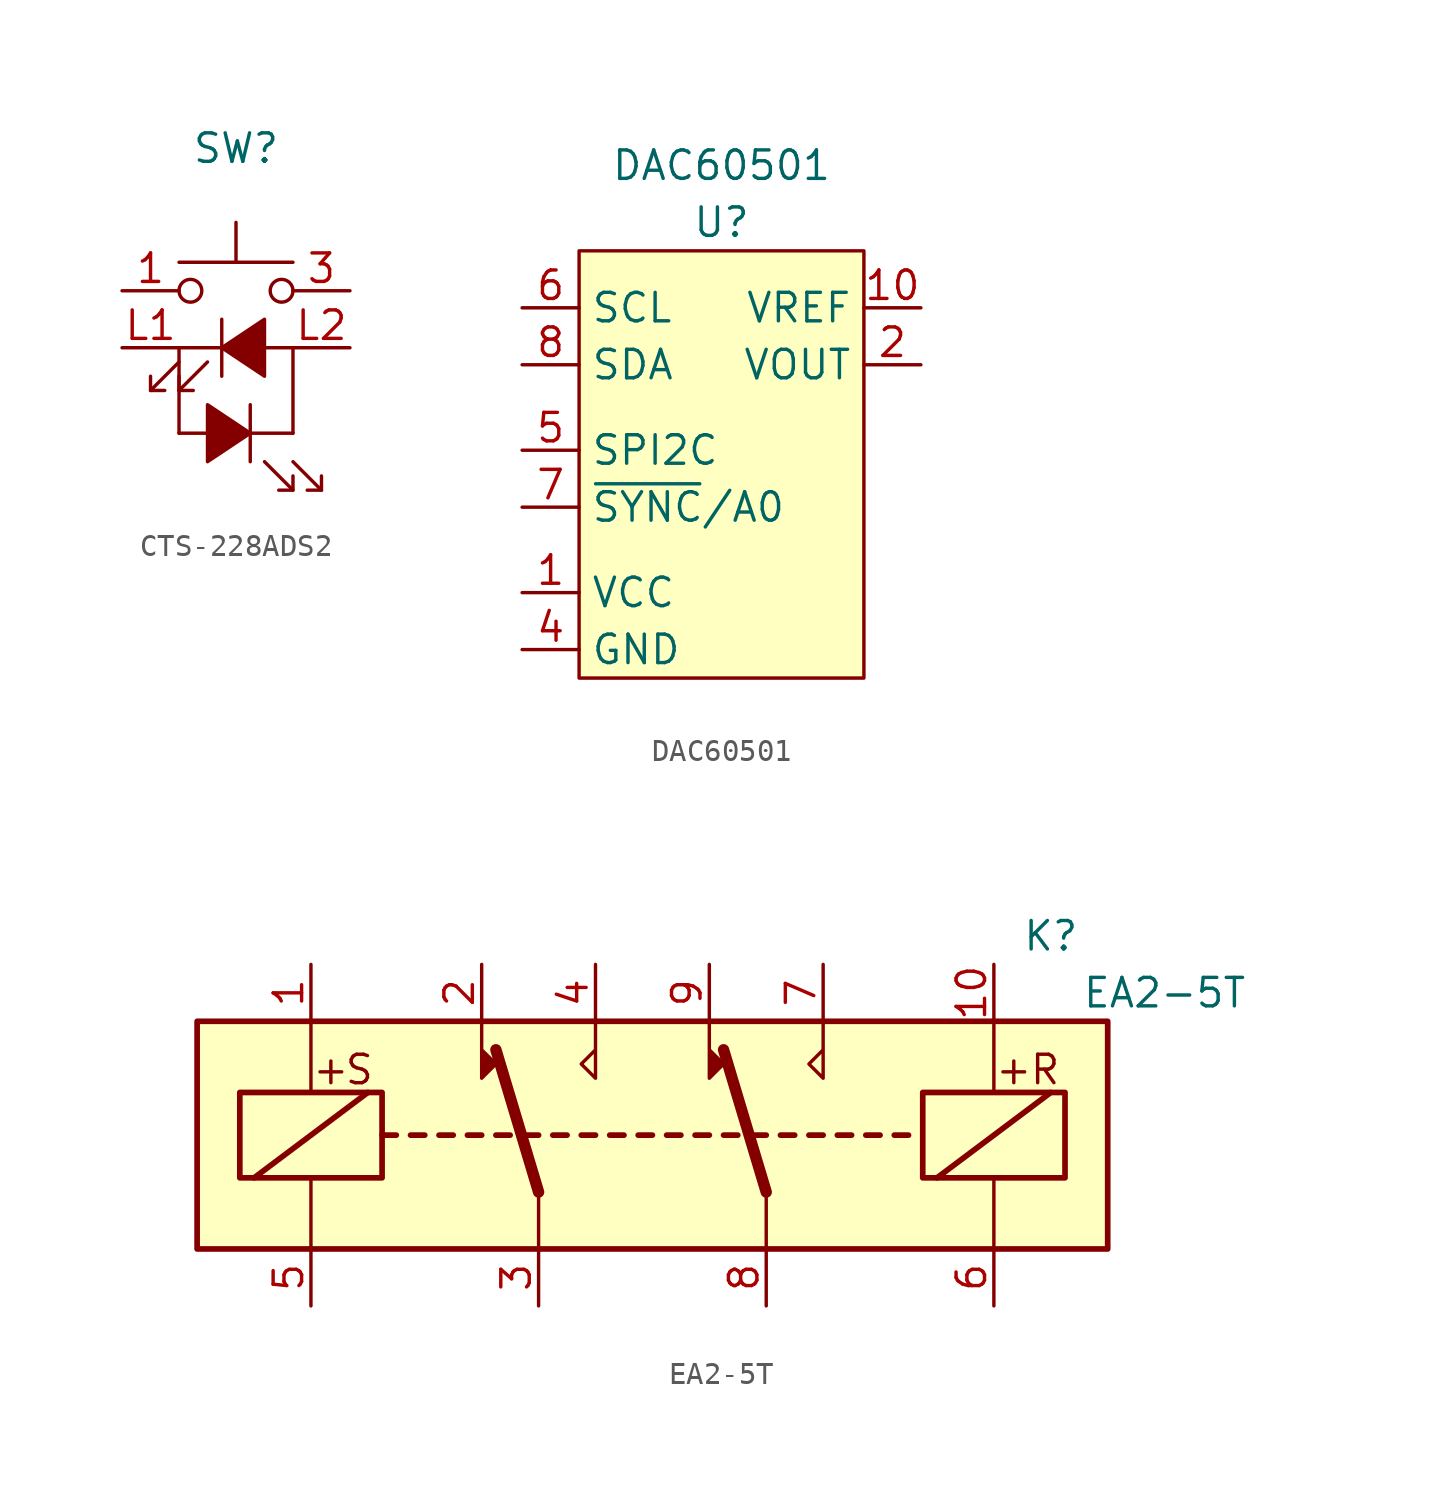
<source format=kicad_sym>
(kicad_symbol_lib
  (version 20211014)
  (generator kicad_symbol_editor)
  (symbol "CTS-228ADS2"
    (pin_names
      (offset 1.016) hide)
    (property "Reference" "SW"
      (at 0 8.89 0)
      (effects (font (size 1.27 1.27))))
    (symbol "CTS-228ADS2_0_0"
      (polyline (pts (xy -3.81 -1.905) (xy -2.54 -0.635)) (stroke (width 0) (type default) (color 0 0 0 0)) (fill (type none)))
      (polyline (pts (xy -2.54 -1.905) (xy -1.27 -0.635)) (stroke (width 0) (type default) (color 0 0 0 0)) (fill (type none)))
      (polyline (pts (xy -2.54 0) (xy -2.54 -3.81)) (stroke (width 0) (type default) (color 0 0 0 0)) (fill (type none)))
      (polyline (pts (xy -2.54 0) (xy 2.54 0)) (stroke (width 0) (type default) (color 0 0 0 0)) (fill (type none)))
      (polyline (pts (xy -0.635 1.27) (xy -0.635 -1.27)) (stroke (width 0) (type default) (color 0 0 0 0)) (fill (type none)))
      (polyline (pts (xy 0.635 -5.08) (xy 0.635 -2.54)) (stroke (width 0) (type default) (color 0 0 0 0)) (fill (type none)))
      (polyline (pts (xy 2.54 -6.35) (xy 1.27 -5.08)) (stroke (width 0) (type default) (color 0 0 0 0)) (fill (type none)))
      (polyline (pts (xy 2.54 -3.81) (xy -2.54 -3.81)) (stroke (width 0) (type default) (color 0 0 0 0)) (fill (type none)))
      (polyline (pts (xy 2.54 0) (xy 2.54 -3.81)) (stroke (width 0) (type default) (color 0 0 0 0)) (fill (type none)))
      (polyline (pts (xy 3.81 -6.35) (xy 2.54 -5.08)) (stroke (width 0) (type default) (color 0 0 0 0)) (fill (type none)))
      (polyline (pts (xy -3.81 -1.27) (xy -3.81 -1.905) (xy -3.175 -1.905)) (stroke (width 0) (type default) (color 0 0 0 0)) (fill (type none)))
      (polyline (pts (xy -2.54 -1.27) (xy -2.54 -1.905) (xy -1.905 -1.905)) (stroke (width 0) (type default) (color 0 0 0 0)) (fill (type none)))
      (polyline (pts (xy 2.54 -5.715) (xy 2.54 -6.35) (xy 1.905 -6.35)) (stroke (width 0) (type default) (color 0 0 0 0)) (fill (type none)))
      (polyline (pts (xy 3.81 -5.715) (xy 3.81 -6.35) (xy 3.175 -6.35)) (stroke (width 0) (type default) (color 0 0 0 0)) (fill (type none)))
      (polyline (pts (xy -0.635 0) (xy 1.27 1.27) (xy 1.27 -1.27) (xy -0.635 0)) (stroke (width 0) (type default) (color 0 0 0 0)) (fill (type outline)))
      (polyline (pts (xy 0.635 -3.81) (xy -1.27 -5.08) (xy -1.27 -2.54) (xy 0.635 -3.81)) (stroke (width 0) (type default) (color 0 0 0 0)) (fill (type outline))))
    (symbol "CTS-228ADS2_0_1"
      (circle (center -2.032 2.54) (radius 0.508) (stroke (width 0) (type default) (color 0 0 0 0)) (fill (type none)))
      (polyline (pts (xy 0 3.81) (xy 0 5.588)) (stroke (width 0) (type default) (color 0 0 0 0)) (fill (type none)))
      (polyline (pts (xy 2.54 3.81) (xy -2.54 3.81)) (stroke (width 0) (type default) (color 0 0 0 0)) (fill (type none)))
      (circle (center 2.032 2.54) (radius 0.508) (stroke (width 0) (type default) (color 0 0 0 0)) (fill (type none)))
      (pin passive line (at -5.08 2.54 0) (length 2.54) (name "1" (effects (font (size 1.27 1.27)))) (number "1" (effects (font (size 1.27 1.27)))))
      (pin passive line (at -5.08 2.54 0) (length 2.54) hide (name "1" (effects (font (size 1.27 1.27)))) (number "2" (effects (font (size 1.27 1.27)))))
      (pin passive line (at 5.08 2.54 180) (length 2.54) (name "2" (effects (font (size 1.27 1.27)))) (number "3" (effects (font (size 1.27 1.27)))))
      (pin passive line (at 5.08 2.54 180) (length 2.54) hide (name "2" (effects (font (size 1.27 1.27)))) (number "4" (effects (font (size 1.27 1.27)))))
      (pin passive line (at -5.08 0 0) (length 2.54) (name "L1" (effects (font (size 1.27 1.27)))) (number "L1" (effects (font (size 1.27 1.27)))))
      (pin passive line (at 5.08 0 180) (length 2.54) (name "L2" (effects (font (size 1.27 1.27)))) (number "L2" (effects (font (size 1.27 1.27)))))))
  (symbol "DAC60501"
    (property "Reference" "U"
      (at 0 1.27 0)
      (effects (font (size 1.27 1.27))))
    (property "Value" "DAC60501"
      (at 0 3.81 0)
      (effects (font (size 1.27 1.27))))
    (symbol "DAC60501_0_1"
      (rectangle (start -6.35 0) (end 6.35 -19.05) (stroke (width 0) (type default) (color 0 0 0 0)) (fill (type background))))
    (symbol "DAC60501_1_1"
      (pin power_in line (at -8.89 -15.24 0) (length 2.54) (name "VCC" (effects (font (size 1.27 1.27)))) (number "1" (effects (font (size 1.27 1.27)))))
      (pin input line (at 8.89 -2.54 180) (length 2.54) (name "VREF" (effects (font (size 1.27 1.27)))) (number "10" (effects (font (size 1.27 1.27)))))
      (pin output line (at 8.89 -5.08 180) (length 2.54) (name "VOUT" (effects (font (size 1.27 1.27)))) (number "2" (effects (font (size 1.27 1.27)))))
      (pin no_connect line (at 8.89 -8.89 180) (length 2.54) hide (name "NC" (effects (font (size 1.27 1.27)))) (number "3" (effects (font (size 1.27 1.27)))))
      (pin power_in line (at -8.89 -17.78 0) (length 2.54) (name "GND" (effects (font (size 1.27 1.27)))) (number "4" (effects (font (size 1.27 1.27)))))
      (pin bidirectional line (at -8.89 -8.89 0) (length 2.54) (name "SPI2C" (effects (font (size 1.27 1.27)))) (number "5" (effects (font (size 1.27 1.27)))))
      (pin bidirectional line (at -8.89 -2.54 0) (length 2.54) (name "SCL" (effects (font (size 1.27 1.27)))) (number "6" (effects (font (size 1.27 1.27)))))
      (pin bidirectional line (at -8.89 -11.43 0) (length 2.54) (name "~{SYNC}/A0" (effects (font (size 1.27 1.27)))) (number "7" (effects (font (size 1.27 1.27)))))
      (pin bidirectional line (at -8.89 -5.08 0) (length 2.54) (name "SDA" (effects (font (size 1.27 1.27)))) (number "8" (effects (font (size 1.27 1.27)))))
      (pin no_connect line (at 8.89 -11.43 180) (length 2.54) hide (name "NC" (effects (font (size 1.27 1.27)))) (number "9" (effects (font (size 1.27 1.27)))))))
  (symbol "EA2-5T"
    (property "Reference" "K"
      (at 17.78 8.89 0)
      (effects (font (size 1.27 1.27))))
    (property "Value" "EA2-5T"
      (at 22.86 6.35 0)
      (effects (font (size 1.27 1.27))))
    (symbol "EA2-5T_1_1"
      (rectangle (start -20.32 5.08) (end 20.32 -5.08) (stroke (width 0.254) (type default) (color 0 0 0 0)) (fill (type background)))
      (rectangle (start -18.415 1.905) (end -12.065 -1.905) (stroke (width 0.254) (type default) (color 0 0 0 0)) (fill (type none)))
      (polyline (pts (xy -17.78 -1.905) (xy -12.7 1.905)) (stroke (width 0.254) (type default) (color 0 0 0 0)) (fill (type none)))
      (polyline (pts (xy -15.24 -5.08) (xy -15.24 -1.905)) (stroke (width 0) (type default) (color 0 0 0 0)) (fill (type none)))
      (polyline (pts (xy -15.24 5.08) (xy -15.24 1.905)) (stroke (width 0) (type default) (color 0 0 0 0)) (fill (type none)))
      (polyline (pts (xy -12.065 0) (xy -11.43 0)) (stroke (width 0.254) (type default) (color 0 0 0 0)) (fill (type none)))
      (polyline (pts (xy -10.795 0) (xy -10.16 0)) (stroke (width 0.254) (type default) (color 0 0 0 0)) (fill (type none)))
      (polyline (pts (xy -9.525 0) (xy -8.89 0)) (stroke (width 0.254) (type default) (color 0 0 0 0)) (fill (type none)))
      (polyline (pts (xy -8.255 0) (xy -7.62 0)) (stroke (width 0.254) (type default) (color 0 0 0 0)) (fill (type none)))
      (polyline (pts (xy -6.985 0) (xy -6.35 0)) (stroke (width 0.254) (type default) (color 0 0 0 0)) (fill (type none)))
      (polyline (pts (xy -5.715 0) (xy -5.08 0)) (stroke (width 0.254) (type default) (color 0 0 0 0)) (fill (type none)))
      (polyline (pts (xy -5.08 -2.54) (xy -6.985 3.81)) (stroke (width 0.508) (type default) (color 0 0 0 0)) (fill (type none)))
      (polyline (pts (xy -5.08 -2.54) (xy -5.08 -5.08)) (stroke (width 0) (type default) (color 0 0 0 0)) (fill (type none)))
      (polyline (pts (xy -4.445 0) (xy -3.81 0)) (stroke (width 0.254) (type default) (color 0 0 0 0)) (fill (type none)))
      (polyline (pts (xy -3.175 0) (xy -2.54 0)) (stroke (width 0.254) (type default) (color 0 0 0 0)) (fill (type none)))
      (polyline (pts (xy -1.905 0) (xy -1.27 0)) (stroke (width 0.254) (type default) (color 0 0 0 0)) (fill (type none)))
      (polyline (pts (xy -0.635 0) (xy 0 0)) (stroke (width 0.254) (type default) (color 0 0 0 0)) (fill (type none)))
      (polyline (pts (xy 0.635 0) (xy 1.27 0)) (stroke (width 0.254) (type default) (color 0 0 0 0)) (fill (type none)))
      (polyline (pts (xy 1.905 0) (xy 2.54 0)) (stroke (width 0.254) (type default) (color 0 0 0 0)) (fill (type none)))
      (polyline (pts (xy 3.175 0) (xy 3.81 0)) (stroke (width 0.254) (type default) (color 0 0 0 0)) (fill (type none)))
      (polyline (pts (xy 4.445 0) (xy 5.08 0)) (stroke (width 0.254) (type default) (color 0 0 0 0)) (fill (type none)))
      (polyline (pts (xy 5.08 -2.54) (xy 3.175 3.81)) (stroke (width 0.508) (type default) (color 0 0 0 0)) (fill (type none)))
      (polyline (pts (xy 5.08 -2.54) (xy 5.08 -5.08)) (stroke (width 0) (type default) (color 0 0 0 0)) (fill (type none)))
      (polyline (pts (xy 5.715 0) (xy 6.35 0)) (stroke (width 0.254) (type default) (color 0 0 0 0)) (fill (type none)))
      (polyline (pts (xy 6.985 0) (xy 7.62 0)) (stroke (width 0.254) (type default) (color 0 0 0 0)) (fill (type none)))
      (polyline (pts (xy 8.255 0) (xy 8.89 0)) (stroke (width 0.254) (type default) (color 0 0 0 0)) (fill (type none)))
      (polyline (pts (xy 9.525 0) (xy 10.16 0)) (stroke (width 0.254) (type default) (color 0 0 0 0)) (fill (type none)))
      (polyline (pts (xy 10.795 0) (xy 11.43 0)) (stroke (width 0.254) (type default) (color 0 0 0 0)) (fill (type none)))
      (polyline (pts (xy 12.7 -1.905) (xy 17.78 1.905)) (stroke (width 0.254) (type default) (color 0 0 0 0)) (fill (type none)))
      (polyline (pts (xy 15.24 -5.08) (xy 15.24 -1.905)) (stroke (width 0) (type default) (color 0 0 0 0)) (fill (type none)))
      (polyline (pts (xy 15.24 5.08) (xy 15.24 1.905)) (stroke (width 0) (type default) (color 0 0 0 0)) (fill (type none)))
      (polyline (pts (xy -7.62 5.08) (xy -7.62 2.54) (xy -6.985 3.175) (xy -7.62 3.81)) (stroke (width 0) (type default) (color 0 0 0 0)) (fill (type outline)))
      (polyline (pts (xy -2.54 5.08) (xy -2.54 2.54) (xy -3.175 3.175) (xy -2.54 3.81)) (stroke (width 0) (type default) (color 0 0 0 0)) (fill (type none)))
      (polyline (pts (xy 2.54 5.08) (xy 2.54 2.54) (xy 3.175 3.175) (xy 2.54 3.81)) (stroke (width 0) (type default) (color 0 0 0 0)) (fill (type outline)))
      (polyline (pts (xy 7.62 5.08) (xy 7.62 2.54) (xy 6.985 3.175) (xy 7.62 3.81)) (stroke (width 0) (type default) (color 0 0 0 0)) (fill (type none)))
      (rectangle (start 12.065 1.905) (end 18.415 -1.905) (stroke (width 0.254) (type default) (color 0 0 0 0)) (fill (type none)))
      (text "+" (at -14.351 2.921 0) (effects (font (size 1.27 1.27))))
      (text "+" (at 16.129 2.921 0) (effects (font (size 1.27 1.27))))
      (text "R" (at 17.526 2.921 0) (effects (font (size 1.27 1.27))))
      (text "S" (at -13.081 2.921 0) (effects (font (size 1.27 1.27))))
      (pin passive line (at -15.24 7.62 270) (length 2.54) (name "~" (effects (font (size 1.27 1.27)))) (number "1" (effects (font (size 1.27 1.27)))))
      (pin passive line (at 15.24 7.62 270) (length 2.54) (name "~" (effects (font (size 1.27 1.27)))) (number "10" (effects (font (size 1.27 1.27)))))
      (pin passive line (at -7.62 7.62 270) (length 2.54) (name "~" (effects (font (size 1.27 1.27)))) (number "2" (effects (font (size 1.27 1.27)))))
      (pin passive line (at -5.08 -7.62 90) (length 2.54) (name "~" (effects (font (size 1.27 1.27)))) (number "3" (effects (font (size 1.27 1.27)))))
      (pin passive line (at -2.54 7.62 270) (length 2.54) (name "~" (effects (font (size 1.27 1.27)))) (number "4" (effects (font (size 1.27 1.27)))))
      (pin passive line (at -15.24 -7.62 90) (length 2.54) (name "~" (effects (font (size 1.27 1.27)))) (number "5" (effects (font (size 1.27 1.27)))))
      (pin passive line (at 15.24 -7.62 90) (length 2.54) (name "~" (effects (font (size 1.27 1.27)))) (number "6" (effects (font (size 1.27 1.27)))))
      (pin passive line (at 7.62 7.62 270) (length 2.54) (name "~" (effects (font (size 1.27 1.27)))) (number "7" (effects (font (size 1.27 1.27)))))
      (pin passive line (at 5.08 -7.62 90) (length 2.54) (name "~" (effects (font (size 1.27 1.27)))) (number "8" (effects (font (size 1.27 1.27)))))
      (pin passive line (at 2.54 7.62 270) (length 2.54) (name "~" (effects (font (size 1.27 1.27)))) (number "9" (effects (font (size 1.27 1.27))))))))
</source>
